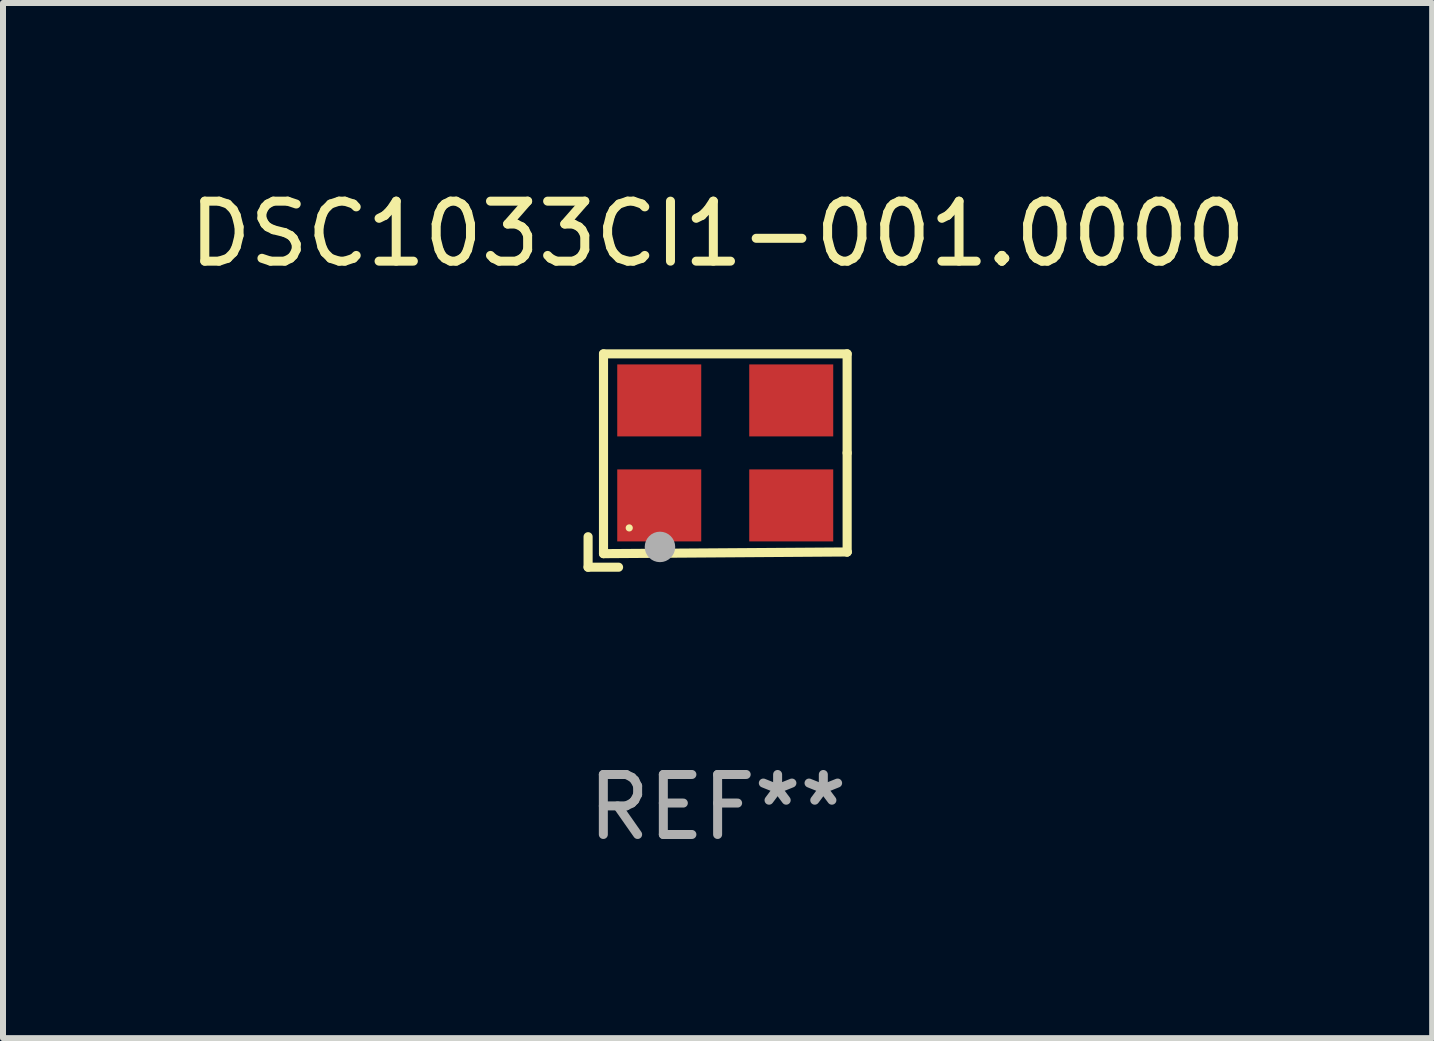
<source format=kicad_pcb>
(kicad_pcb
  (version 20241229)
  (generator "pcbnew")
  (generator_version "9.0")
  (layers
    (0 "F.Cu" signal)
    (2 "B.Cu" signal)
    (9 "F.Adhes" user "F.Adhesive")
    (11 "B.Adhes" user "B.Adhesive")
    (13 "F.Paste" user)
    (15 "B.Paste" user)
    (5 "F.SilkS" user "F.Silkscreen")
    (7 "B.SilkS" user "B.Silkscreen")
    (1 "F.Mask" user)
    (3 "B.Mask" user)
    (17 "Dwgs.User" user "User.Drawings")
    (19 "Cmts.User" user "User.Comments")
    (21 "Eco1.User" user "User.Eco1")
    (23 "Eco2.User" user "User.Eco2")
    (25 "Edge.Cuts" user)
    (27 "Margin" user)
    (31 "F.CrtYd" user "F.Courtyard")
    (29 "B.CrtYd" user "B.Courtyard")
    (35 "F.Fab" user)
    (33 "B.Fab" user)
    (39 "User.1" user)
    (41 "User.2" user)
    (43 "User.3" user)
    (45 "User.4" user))
  (footprint "DSC1033CI1-001.0000"
    (layer "F.Cu")
    (at 8.911 4.626)
    (property "Reference" "DSC1033CI1-001.0000" (at 0 -3.778 0) (layer "F.SilkS") (effects (font (size 1 1) (thickness 0.15))))
    (attr through_hole)
    (fp_line (start -2.159 1.27) (end -2.159 1.778) (stroke (width 0.152) (type solid)) (layer "F.SilkS"))
    (fp_line (start -2.159 1.778) (end -1.651 1.778) (stroke (width 0.152) (type solid)) (layer "F.SilkS"))
    (fp_line (start -1.902 -1.778) (end 2.159 -1.778) (stroke (width 0.152) (type solid)) (layer "F.SilkS"))
    (fp_line (start -1.902 1.552) (end -1.902 -1.778) (stroke (width 0.152) (type solid)) (layer "F.SilkS"))
    (fp_line (start 2.159 -1.778) (end 2.159 -0.127) (stroke (width 0.152) (type solid)) (layer "F.SilkS"))
    (fp_line (start 2.159 -0.127) (end 2.159 1.524) (stroke (width 0.152) (type solid)) (layer "F.SilkS"))
    (fp_line (start 2.159 1.524) (end -1.902 1.552) (stroke (width 0.152) (type solid)) (layer "F.SilkS"))
    (fp_line (start 2.159 1.524) (end 2.159 1.524) (stroke (width 0.152) (type solid)) (layer "F.SilkS"))
    (fp_circle (center -1.473 1.123) (end -1.443 1.123) (stroke (width 0.06) (type solid)) (fill no) (layer "F.SilkS"))
    (fp_circle (center -0.961 1.44) (end -0.834 1.44) (stroke (width 0.254) (type solid)) (fill no) (layer "F.Fab"))
    (fp_text user "REF**" (at 0 5.778 0) (layer "F.Fab") (effects (font (size 1 1) (thickness 0.15))))
    (pad "1" smd rect (at -0.973 0.748) (size 1.4 1.2) (layers "F.Cu" "F.Mask" "F.Paste"))
    (pad "2" smd rect (at 1.227 0.748) (size 1.4 1.2) (layers "F.Cu" "F.Mask" "F.Paste"))
    (pad "3" smd rect (at 1.227 -1.002) (size 1.4 1.2) (layers "F.Cu" "F.Mask" "F.Paste"))
    (pad "4" smd rect (at -0.973 -1.002) (size 1.4 1.2) (layers "F.Cu" "F.Mask" "F.Paste")))
  (gr_rect
    (start -3 -3)
    (end 20.821 14.253)
    (stroke (width 0.1) (type default))
    (fill no)
    (layer "Edge.Cuts")))
</source>
